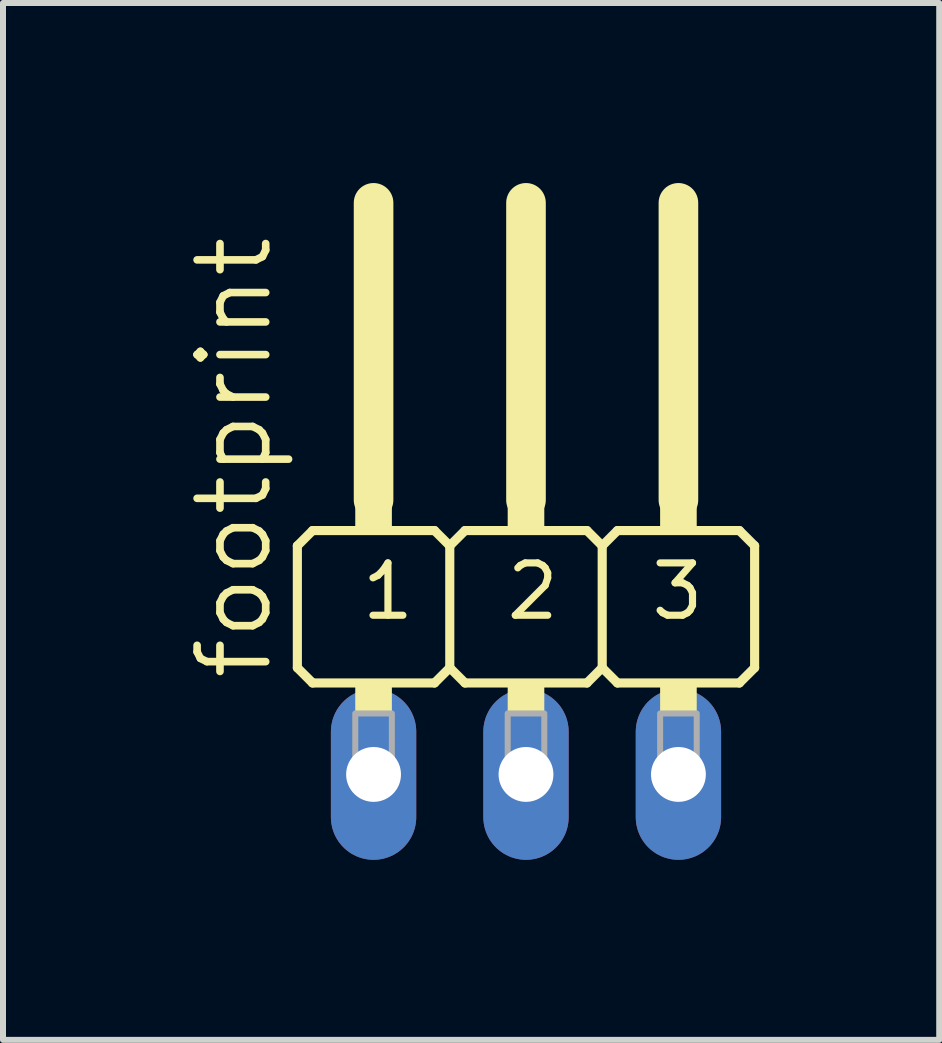
<source format=kicad_pcb>
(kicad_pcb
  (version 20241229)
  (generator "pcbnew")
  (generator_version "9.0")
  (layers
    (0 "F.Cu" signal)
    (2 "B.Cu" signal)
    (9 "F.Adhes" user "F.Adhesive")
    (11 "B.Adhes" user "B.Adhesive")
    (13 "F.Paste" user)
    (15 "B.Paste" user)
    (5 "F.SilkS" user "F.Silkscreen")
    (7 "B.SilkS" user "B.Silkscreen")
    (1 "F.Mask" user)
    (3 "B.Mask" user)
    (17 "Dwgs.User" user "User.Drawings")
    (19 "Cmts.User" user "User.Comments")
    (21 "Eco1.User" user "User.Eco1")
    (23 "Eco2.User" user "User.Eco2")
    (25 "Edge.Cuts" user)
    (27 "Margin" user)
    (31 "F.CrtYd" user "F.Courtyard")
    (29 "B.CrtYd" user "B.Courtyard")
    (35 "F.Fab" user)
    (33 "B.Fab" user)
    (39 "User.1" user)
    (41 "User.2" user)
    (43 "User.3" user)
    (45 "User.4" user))
  (footprint "footprint"
    (layer "F.Cu")
    (at 5.715 8.585)
    (property "Reference" "footprint" (at -4.191 -0.254 90) (layer "F.SilkS") (effects (font (size 1.143 1.143) (thickness 0.127)) (justify left bottom)))
    (fp_line (start -3.81 -2.54) (end -3.556 -2.794) (stroke (width 0.152) (type solid)) (layer "F.SilkS"))
    (fp_line (start -3.81 -0.508) (end -3.81 -2.54) (stroke (width 0.152) (type solid)) (layer "F.SilkS"))
    (fp_line (start -3.81 -0.508) (end -3.556 -0.254) (stroke (width 0.152) (type solid)) (layer "F.SilkS"))
    (fp_line (start -2.54 -3.302) (end -2.54 -8.255) (stroke (width 0.66) (type solid)) (layer "F.SilkS"))
    (fp_line (start -1.524 -2.794) (end -3.556 -2.794) (stroke (width 0.152) (type solid)) (layer "F.SilkS"))
    (fp_line (start -1.524 -2.794) (end -1.27 -2.54) (stroke (width 0.152) (type solid)) (layer "F.SilkS"))
    (fp_line (start -1.524 -0.254) (end -3.556 -0.254) (stroke (width 0.152) (type solid)) (layer "F.SilkS"))
    (fp_line (start -1.524 -0.254) (end -1.27 -0.508) (stroke (width 0.152) (type solid)) (layer "F.SilkS"))
    (fp_line (start -1.27 -2.54) (end -1.016 -2.794) (stroke (width 0.152) (type solid)) (layer "F.SilkS"))
    (fp_line (start -1.27 -0.508) (end -1.27 -2.54) (stroke (width 0.152) (type solid)) (layer "F.SilkS"))
    (fp_line (start -1.27 -0.508) (end -1.016 -0.254) (stroke (width 0.152) (type solid)) (layer "F.SilkS"))
    (fp_line (start 0 -3.302) (end 0 -8.255) (stroke (width 0.66) (type solid)) (layer "F.SilkS"))
    (fp_line (start 1.016 -2.794) (end -1.016 -2.794) (stroke (width 0.152) (type solid)) (layer "F.SilkS"))
    (fp_line (start 1.016 -2.794) (end 1.27 -2.54) (stroke (width 0.152) (type solid)) (layer "F.SilkS"))
    (fp_line (start 1.016 -0.254) (end -1.016 -0.254) (stroke (width 0.152) (type solid)) (layer "F.SilkS"))
    (fp_line (start 1.016 -0.254) (end 1.27 -0.508) (stroke (width 0.152) (type solid)) (layer "F.SilkS"))
    (fp_line (start 1.27 -2.54) (end 1.524 -2.794) (stroke (width 0.152) (type solid)) (layer "F.SilkS"))
    (fp_line (start 1.27 -0.508) (end 1.27 -2.54) (stroke (width 0.152) (type solid)) (layer "F.SilkS"))
    (fp_line (start 1.27 -0.508) (end 1.524 -0.254) (stroke (width 0.152) (type solid)) (layer "F.SilkS"))
    (fp_line (start 2.54 -3.302) (end 2.54 -8.255) (stroke (width 0.66) (type solid)) (layer "F.SilkS"))
    (fp_line (start 3.556 -2.794) (end 1.524 -2.794) (stroke (width 0.152) (type solid)) (layer "F.SilkS"))
    (fp_line (start 3.556 -2.794) (end 3.81 -2.54) (stroke (width 0.152) (type solid)) (layer "F.SilkS"))
    (fp_line (start 3.556 -0.254) (end 1.524 -0.254) (stroke (width 0.152) (type solid)) (layer "F.SilkS"))
    (fp_line (start 3.556 -0.254) (end 3.81 -0.508) (stroke (width 0.152) (type solid)) (layer "F.SilkS"))
    (fp_line (start 3.81 -2.54) (end 3.81 -0.508) (stroke (width 0.152) (type solid)) (layer "F.SilkS"))
    (fp_poly (pts (xy -2.845 -2.794) (xy -2.235 -2.794) (xy -2.235 -3.302) (xy -2.845 -3.302)) (stroke (width 0) (type solid)) (fill yes) (layer "F.SilkS"))
    (fp_poly (pts (xy -2.845 0.254) (xy -2.235 0.254) (xy -2.235 -0.254) (xy -2.845 -0.254)) (stroke (width 0) (type solid)) (fill yes) (layer "F.SilkS"))
    (fp_poly (pts (xy -0.305 -2.794) (xy 0.305 -2.794) (xy 0.305 -3.302) (xy -0.305 -3.302)) (stroke (width 0) (type solid)) (fill yes) (layer "F.SilkS"))
    (fp_poly (pts (xy -0.305 0.254) (xy 0.305 0.254) (xy 0.305 -0.254) (xy -0.305 -0.254)) (stroke (width 0) (type solid)) (fill yes) (layer "F.SilkS"))
    (fp_poly (pts (xy 2.235 -2.794) (xy 2.845 -2.794) (xy 2.845 -3.302) (xy 2.235 -3.302)) (stroke (width 0) (type solid)) (fill yes) (layer "F.SilkS"))
    (fp_poly (pts (xy 2.235 0.254) (xy 2.845 0.254) (xy 2.845 -0.254) (xy 2.235 -0.254)) (stroke (width 0) (type solid)) (fill yes) (layer "F.SilkS"))
    (fp_poly (pts (xy -2.845 1.524) (xy -2.235 1.524) (xy -2.235 0.254) (xy -2.845 0.254)) (stroke (width 0.1) (type solid)) (fill no) (layer "F.Fab"))
    (fp_poly (pts (xy -0.305 1.524) (xy 0.305 1.524) (xy 0.305 0.254) (xy -0.305 0.254)) (stroke (width 0.1) (type solid)) (fill no) (layer "F.Fab"))
    (fp_poly (pts (xy 2.235 1.524) (xy 2.845 1.524) (xy 2.845 0.254) (xy 2.235 0.254)) (stroke (width 0.1) (type solid)) (fill no) (layer "F.Fab"))
    (fp_text user "1" (at -2.794 -1.27 0) (layer "F.SilkS") (effects (font (size 0.872 0.872) (thickness 0.119)) (justify left bottom)))
    (fp_text user "2" (at -0.381 -1.27 0) (layer "F.SilkS") (effects (font (size 0.872 0.872) (thickness 0.119)) (justify left bottom)))
    (fp_text user "3" (at 2.032 -1.27 0) (layer "F.SilkS") (effects (font (size 0.872 0.872) (thickness 0.119)) (justify left bottom)))
    (pad "1" thru_hole oval (at -2.54 1.27 90) (size 2.845 1.422) (drill 0.914) (layers "*.Cu" "*.Mask"))
    (pad "2" thru_hole oval (at 0 1.27 90) (size 2.845 1.422) (drill 0.914) (layers "*.Cu" "*.Mask"))
    (pad "3" thru_hole oval (at 2.54 1.27 90) (size 2.845 1.422) (drill 0.914) (layers "*.Cu" "*.Mask")))
  (gr_rect
    (start -3 -3)
    (end 12.601 14.278)
    (stroke (width 0.1) (type default))
    (fill no)
    (layer "Edge.Cuts")))
</source>
